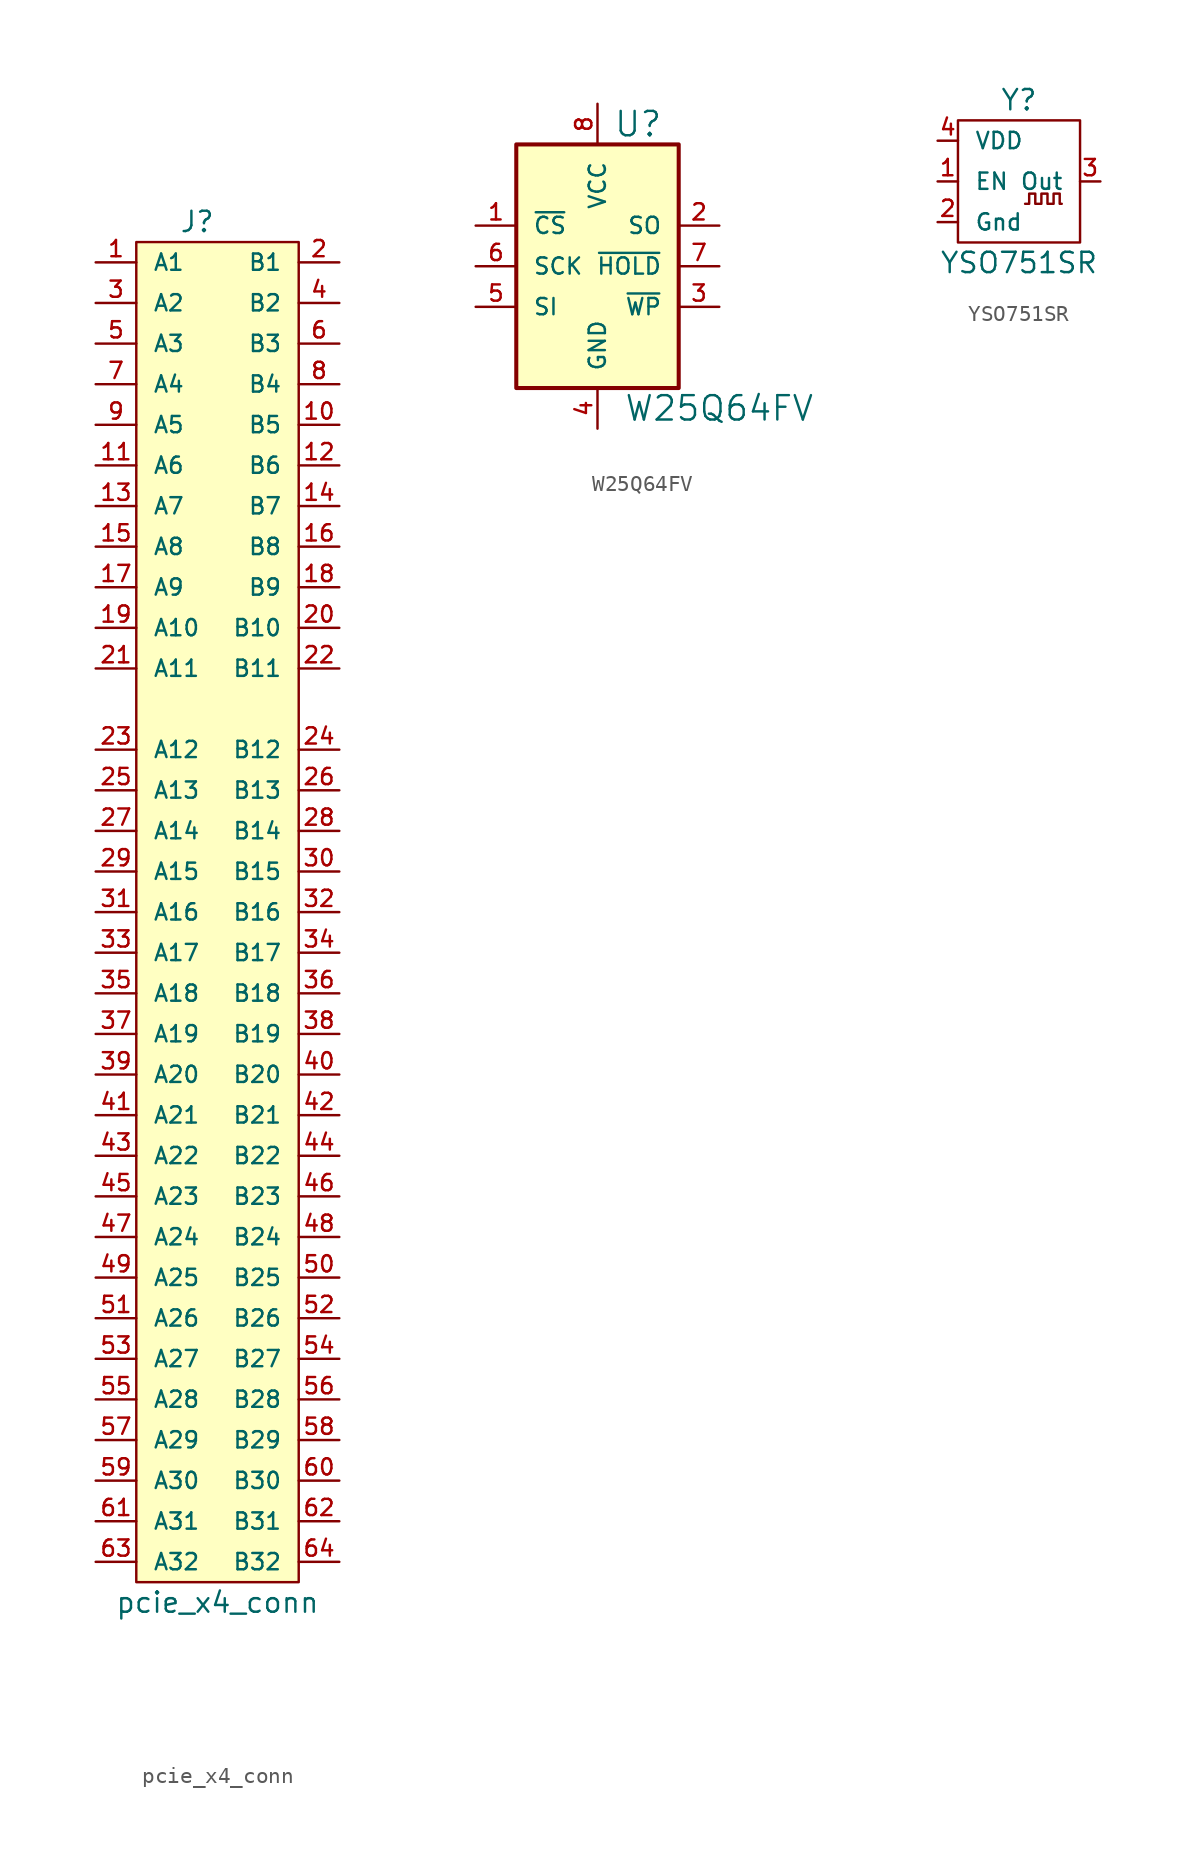
<source format=kicad_sym>
(kicad_symbol_lib
  (version 20211014)
  (generator kicad_symbol_editor)
  (symbol "pcie_x4_conn"
    (pin_names
      (offset 1.016))
    (property "Reference" "J"
      (at -1.27 30.48 0)
      (effects (font (size 1.27 1.27))))
    (property "Value" "pcie_x4_conn"
      (at 0 -55.88 0)
      (effects (font (size 1.27 1.27))))
    (symbol "pcie_x4_conn_0_1"
      (rectangle (start 5.08 -54.61) (end -5.08 29.21) (stroke (width 0) (type default) (color 0 0 0 0)) (fill (type background))))
    (symbol "pcie_x4_conn_1_1"
      (pin passive line (at -7.62 27.94 0) (length 2.54) (name "A1" (effects (font (size 1.016 1.016)))) (number "1" (effects (font (size 1.016 1.016)))))
      (pin passive line (at 7.62 17.78 180) (length 2.54) (name "B5" (effects (font (size 1.016 1.016)))) (number "10" (effects (font (size 1.016 1.016)))))
      (pin passive line (at -7.62 15.24 0) (length 2.54) (name "A6" (effects (font (size 1.016 1.016)))) (number "11" (effects (font (size 1.016 1.016)))))
      (pin passive line (at 7.62 15.24 180) (length 2.54) (name "B6" (effects (font (size 1.016 1.016)))) (number "12" (effects (font (size 1.016 1.016)))))
      (pin passive line (at -7.62 12.7 0) (length 2.54) (name "A7" (effects (font (size 1.016 1.016)))) (number "13" (effects (font (size 1.016 1.016)))))
      (pin passive line (at 7.62 12.7 180) (length 2.54) (name "B7" (effects (font (size 1.016 1.016)))) (number "14" (effects (font (size 1.016 1.016)))))
      (pin passive line (at -7.62 10.16 0) (length 2.54) (name "A8" (effects (font (size 1.016 1.016)))) (number "15" (effects (font (size 1.016 1.016)))))
      (pin passive line (at 7.62 10.16 180) (length 2.54) (name "B8" (effects (font (size 1.016 1.016)))) (number "16" (effects (font (size 1.016 1.016)))))
      (pin passive line (at -7.62 7.62 0) (length 2.54) (name "A9" (effects (font (size 1.016 1.016)))) (number "17" (effects (font (size 1.016 1.016)))))
      (pin passive line (at 7.62 7.62 180) (length 2.54) (name "B9" (effects (font (size 1.016 1.016)))) (number "18" (effects (font (size 1.016 1.016)))))
      (pin passive line (at -7.62 5.08 0) (length 2.54) (name "A10" (effects (font (size 1.016 1.016)))) (number "19" (effects (font (size 1.016 1.016)))))
      (pin passive line (at 7.62 27.94 180) (length 2.54) (name "B1" (effects (font (size 1.016 1.016)))) (number "2" (effects (font (size 1.016 1.016)))))
      (pin passive line (at 7.62 5.08 180) (length 2.54) (name "B10" (effects (font (size 1.016 1.016)))) (number "20" (effects (font (size 1.016 1.016)))))
      (pin passive line (at -7.62 2.54 0) (length 2.54) (name "A11" (effects (font (size 1.016 1.016)))) (number "21" (effects (font (size 1.016 1.016)))))
      (pin passive line (at 7.62 2.54 180) (length 2.54) (name "B11" (effects (font (size 1.016 1.016)))) (number "22" (effects (font (size 1.016 1.016)))))
      (pin passive line (at -7.62 -2.54 0) (length 2.54) (name "A12" (effects (font (size 1.016 1.016)))) (number "23" (effects (font (size 1.016 1.016)))))
      (pin passive line (at 7.62 -2.54 180) (length 2.54) (name "B12" (effects (font (size 1.016 1.016)))) (number "24" (effects (font (size 1.016 1.016)))))
      (pin passive line (at -7.62 -5.08 0) (length 2.54) (name "A13" (effects (font (size 1.016 1.016)))) (number "25" (effects (font (size 1.016 1.016)))))
      (pin passive line (at 7.62 -5.08 180) (length 2.54) (name "B13" (effects (font (size 1.016 1.016)))) (number "26" (effects (font (size 1.016 1.016)))))
      (pin passive line (at -7.62 -7.62 0) (length 2.54) (name "A14" (effects (font (size 1.016 1.016)))) (number "27" (effects (font (size 1.016 1.016)))))
      (pin passive line (at 7.62 -7.62 180) (length 2.54) (name "B14" (effects (font (size 1.016 1.016)))) (number "28" (effects (font (size 1.016 1.016)))))
      (pin passive line (at -7.62 -10.16 0) (length 2.54) (name "A15" (effects (font (size 1.016 1.016)))) (number "29" (effects (font (size 1.016 1.016)))))
      (pin passive line (at -7.62 25.4 0) (length 2.54) (name "A2" (effects (font (size 1.016 1.016)))) (number "3" (effects (font (size 1.016 1.016)))))
      (pin passive line (at 7.62 -10.16 180) (length 2.54) (name "B15" (effects (font (size 1.016 1.016)))) (number "30" (effects (font (size 1.016 1.016)))))
      (pin passive line (at -7.62 -12.7 0) (length 2.54) (name "A16" (effects (font (size 1.016 1.016)))) (number "31" (effects (font (size 1.016 1.016)))))
      (pin passive line (at 7.62 -12.7 180) (length 2.54) (name "B16" (effects (font (size 1.016 1.016)))) (number "32" (effects (font (size 1.016 1.016)))))
      (pin passive line (at -7.62 -15.24 0) (length 2.54) (name "A17" (effects (font (size 1.016 1.016)))) (number "33" (effects (font (size 1.016 1.016)))))
      (pin passive line (at 7.62 -15.24 180) (length 2.54) (name "B17" (effects (font (size 1.016 1.016)))) (number "34" (effects (font (size 1.016 1.016)))))
      (pin passive line (at -7.62 -17.78 0) (length 2.54) (name "A18" (effects (font (size 1.016 1.016)))) (number "35" (effects (font (size 1.016 1.016)))))
      (pin passive line (at 7.62 -17.78 180) (length 2.54) (name "B18" (effects (font (size 1.016 1.016)))) (number "36" (effects (font (size 1.016 1.016)))))
      (pin passive line (at -7.62 -20.32 0) (length 2.54) (name "A19" (effects (font (size 1.016 1.016)))) (number "37" (effects (font (size 1.016 1.016)))))
      (pin passive line (at 7.62 -20.32 180) (length 2.54) (name "B19" (effects (font (size 1.016 1.016)))) (number "38" (effects (font (size 1.016 1.016)))))
      (pin passive line (at -7.62 -22.86 0) (length 2.54) (name "A20" (effects (font (size 1.016 1.016)))) (number "39" (effects (font (size 1.016 1.016)))))
      (pin passive line (at 7.62 25.4 180) (length 2.54) (name "B2" (effects (font (size 1.016 1.016)))) (number "4" (effects (font (size 1.016 1.016)))))
      (pin passive line (at 7.62 -22.86 180) (length 2.54) (name "B20" (effects (font (size 1.016 1.016)))) (number "40" (effects (font (size 1.016 1.016)))))
      (pin passive line (at -7.62 -25.4 0) (length 2.54) (name "A21" (effects (font (size 1.016 1.016)))) (number "41" (effects (font (size 1.016 1.016)))))
      (pin passive line (at 7.62 -25.4 180) (length 2.54) (name "B21" (effects (font (size 1.016 1.016)))) (number "42" (effects (font (size 1.016 1.016)))))
      (pin passive line (at -7.62 -27.94 0) (length 2.54) (name "A22" (effects (font (size 1.016 1.016)))) (number "43" (effects (font (size 1.016 1.016)))))
      (pin passive line (at 7.62 -27.94 180) (length 2.54) (name "B22" (effects (font (size 1.016 1.016)))) (number "44" (effects (font (size 1.016 1.016)))))
      (pin passive line (at -7.62 -30.48 0) (length 2.54) (name "A23" (effects (font (size 1.016 1.016)))) (number "45" (effects (font (size 1.016 1.016)))))
      (pin passive line (at 7.62 -30.48 180) (length 2.54) (name "B23" (effects (font (size 1.016 1.016)))) (number "46" (effects (font (size 1.016 1.016)))))
      (pin passive line (at -7.62 -33.02 0) (length 2.54) (name "A24" (effects (font (size 1.016 1.016)))) (number "47" (effects (font (size 1.016 1.016)))))
      (pin passive line (at 7.62 -33.02 180) (length 2.54) (name "B24" (effects (font (size 1.016 1.016)))) (number "48" (effects (font (size 1.016 1.016)))))
      (pin passive line (at -7.62 -35.56 0) (length 2.54) (name "A25" (effects (font (size 1.016 1.016)))) (number "49" (effects (font (size 1.016 1.016)))))
      (pin passive line (at -7.62 22.86 0) (length 2.54) (name "A3" (effects (font (size 1.016 1.016)))) (number "5" (effects (font (size 1.016 1.016)))))
      (pin passive line (at 7.62 -35.56 180) (length 2.54) (name "B25" (effects (font (size 1.016 1.016)))) (number "50" (effects (font (size 1.016 1.016)))))
      (pin passive line (at -7.62 -38.1 0) (length 2.54) (name "A26" (effects (font (size 1.016 1.016)))) (number "51" (effects (font (size 1.016 1.016)))))
      (pin passive line (at 7.62 -38.1 180) (length 2.54) (name "B26" (effects (font (size 1.016 1.016)))) (number "52" (effects (font (size 1.016 1.016)))))
      (pin passive line (at -7.62 -40.64 0) (length 2.54) (name "A27" (effects (font (size 1.016 1.016)))) (number "53" (effects (font (size 1.016 1.016)))))
      (pin passive line (at 7.62 -40.64 180) (length 2.54) (name "B27" (effects (font (size 1.016 1.016)))) (number "54" (effects (font (size 1.016 1.016)))))
      (pin passive line (at -7.62 -43.18 0) (length 2.54) (name "A28" (effects (font (size 1.016 1.016)))) (number "55" (effects (font (size 1.016 1.016)))))
      (pin passive line (at 7.62 -43.18 180) (length 2.54) (name "B28" (effects (font (size 1.016 1.016)))) (number "56" (effects (font (size 1.016 1.016)))))
      (pin passive line (at -7.62 -45.72 0) (length 2.54) (name "A29" (effects (font (size 1.016 1.016)))) (number "57" (effects (font (size 1.016 1.016)))))
      (pin passive line (at 7.62 -45.72 180) (length 2.54) (name "B29" (effects (font (size 1.016 1.016)))) (number "58" (effects (font (size 1.016 1.016)))))
      (pin passive line (at -7.62 -48.26 0) (length 2.54) (name "A30" (effects (font (size 1.016 1.016)))) (number "59" (effects (font (size 1.016 1.016)))))
      (pin passive line (at 7.62 22.86 180) (length 2.54) (name "B3" (effects (font (size 1.016 1.016)))) (number "6" (effects (font (size 1.016 1.016)))))
      (pin passive line (at 7.62 -48.26 180) (length 2.54) (name "B30" (effects (font (size 1.016 1.016)))) (number "60" (effects (font (size 1.016 1.016)))))
      (pin passive line (at -7.62 -50.8 0) (length 2.54) (name "A31" (effects (font (size 1.016 1.016)))) (number "61" (effects (font (size 1.016 1.016)))))
      (pin passive line (at 7.62 -50.8 180) (length 2.54) (name "B31" (effects (font (size 1.016 1.016)))) (number "62" (effects (font (size 1.016 1.016)))))
      (pin passive line (at -7.62 -53.34 0) (length 2.54) (name "A32" (effects (font (size 1.016 1.016)))) (number "63" (effects (font (size 1.016 1.016)))))
      (pin passive line (at 7.62 -53.34 180) (length 2.54) (name "B32" (effects (font (size 1.016 1.016)))) (number "64" (effects (font (size 1.016 1.016)))))
      (pin passive line (at -7.62 20.32 0) (length 2.54) (name "A4" (effects (font (size 1.016 1.016)))) (number "7" (effects (font (size 1.016 1.016)))))
      (pin passive line (at 7.62 20.32 180) (length 2.54) (name "B4" (effects (font (size 1.016 1.016)))) (number "8" (effects (font (size 1.016 1.016)))))
      (pin passive line (at -7.62 17.78 0) (length 2.54) (name "A5" (effects (font (size 1.016 1.016)))) (number "9" (effects (font (size 1.016 1.016)))))))
  (symbol "W25Q64FV"
    (pin_names
      (offset 1.016))
    (property "Reference" "U"
      (at 2.54 8.89 0)
      (effects (font (size 1.524 1.524))))
    (property "Value" "W25Q64FV"
      (at 7.62 -8.89 0)
      (effects (font (size 1.524 1.524))))
    (symbol "W25Q64FV_0_0"
      (rectangle (start -5.08 7.62) (end 5.08 -7.62) (stroke (width 0.254) (type default) (color 0 0 0 0)) (fill (type background))))
    (symbol "W25Q64FV_0_1"
      (pin input line (at -7.62 2.54 0) (length 2.54) (name "~{CS}" (effects (font (size 1.016 1.016)))) (number "1" (effects (font (size 1.016 1.016)))))
      (pin output line (at 7.62 2.54 180) (length 2.54) (name "SO" (effects (font (size 1.016 1.016)))) (number "2" (effects (font (size 1.016 1.016)))))
      (pin input line (at 7.62 -2.54 180) (length 2.54) (name "~{WP}" (effects (font (size 1.016 1.016)))) (number "3" (effects (font (size 1.016 1.016)))))
      (pin input line (at -7.62 -2.54 0) (length 2.54) (name "SI" (effects (font (size 1.016 1.016)))) (number "5" (effects (font (size 1.016 1.016)))))
      (pin input line (at -7.62 0 0) (length 2.54) (name "SCK" (effects (font (size 1.016 1.016)))) (number "6" (effects (font (size 1.016 1.016)))))
      (pin input line (at 7.62 0 180) (length 2.54) (name "~{HOLD}" (effects (font (size 1.016 1.016)))) (number "7" (effects (font (size 1.016 1.016)))))
      (pin power_in line (at 0 10.16 270) (length 2.54) (name "VCC" (effects (font (size 1.016 1.016)))) (number "8" (effects (font (size 1.016 1.016))))))
    (symbol "W25Q64FV_1_1"
      (pin power_in line (at 0 -10.16 90) (length 2.54) (name "GND" (effects (font (size 1.016 1.016)))) (number "4" (effects (font (size 1.016 1.016)))))))
  (symbol "YSO751SR"
    (pin_names
      (offset 1.016))
    (property "Reference" "Y"
      (at 0 5.08 0)
      (effects (font (size 1.27 1.27))))
    (property "Value" "YSO751SR"
      (at 0 -5.08 0)
      (effects (font (size 1.27 1.27))))
    (symbol "YSO751SR_0_1"
      (rectangle (start -3.81 3.81) (end 3.81 -3.81) (stroke (width 0) (type default) (color 0 0 0 0)) (fill (type none)))
      (polyline (pts (xy 0.381 -1.397) (xy 0.635 -1.397) (xy 0.635 -0.762) (xy 1.016 -0.762) (xy 1.016 -1.397) (xy 1.397 -1.397) (xy 1.397 -0.762) (xy 1.778 -0.762) (xy 1.778 -1.397) (xy 2.159 -1.397) (xy 2.159 -0.762) (xy 2.54 -0.762) (xy 2.54 -1.397) (xy 2.667 -1.397)) (stroke (width 0) (type default) (color 0 0 0 0)) (fill (type none))))
    (symbol "YSO751SR_1_1"
      (pin output line (at -5.08 0 0) (length 1.27) (name "EN" (effects (font (size 1.016 1.016)))) (number "1" (effects (font (size 1.016 1.016)))))
      (pin power_in line (at -5.08 -2.54 0) (length 1.27) (name "Gnd" (effects (font (size 1.016 1.016)))) (number "2" (effects (font (size 1.016 1.016)))))
      (pin output line (at 5.08 0 180) (length 1.27) (name "Out" (effects (font (size 1.016 1.016)))) (number "3" (effects (font (size 1.016 1.016)))))
      (pin power_in line (at -5.08 2.54 0) (length 1.27) (name "VDD" (effects (font (size 1.016 1.016)))) (number "4" (effects (font (size 1.016 1.016))))))))
</source>
